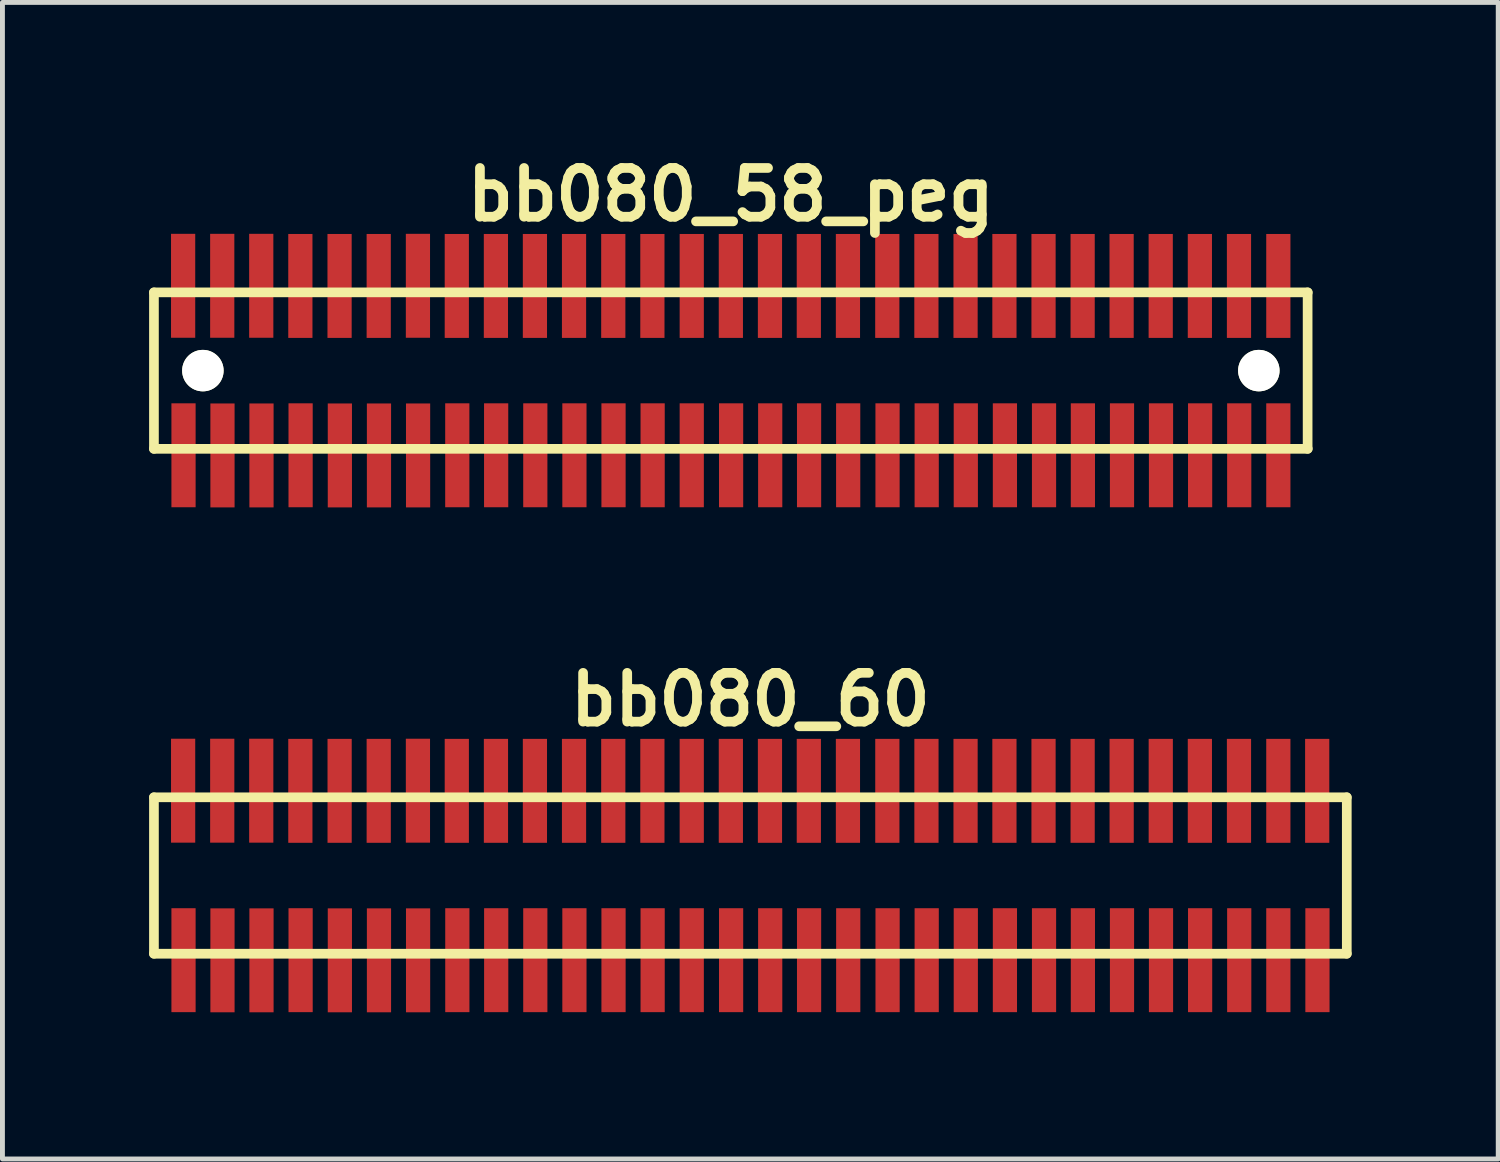
<source format=kicad_pcb>
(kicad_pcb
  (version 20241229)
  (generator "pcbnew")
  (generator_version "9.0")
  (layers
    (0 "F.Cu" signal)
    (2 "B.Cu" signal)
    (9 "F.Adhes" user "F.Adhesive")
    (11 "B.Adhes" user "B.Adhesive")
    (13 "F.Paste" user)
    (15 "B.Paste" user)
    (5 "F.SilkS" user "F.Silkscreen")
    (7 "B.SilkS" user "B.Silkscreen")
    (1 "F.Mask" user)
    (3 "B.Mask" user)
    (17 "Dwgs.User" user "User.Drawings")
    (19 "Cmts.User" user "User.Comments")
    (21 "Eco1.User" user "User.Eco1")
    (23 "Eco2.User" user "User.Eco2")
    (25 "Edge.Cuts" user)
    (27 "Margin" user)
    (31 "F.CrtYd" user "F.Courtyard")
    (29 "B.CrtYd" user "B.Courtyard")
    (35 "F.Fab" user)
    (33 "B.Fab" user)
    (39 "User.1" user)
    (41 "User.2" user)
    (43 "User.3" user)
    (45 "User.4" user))
  (footprint "bb080_58_peg"
    (layer "F.Cu")
    (at 11.9 4.531)
    (property "Reference" "bb080_58_peg" (at 0 -3.599 0) (layer "F.SilkS") (effects (font (size 0.998 0.998) (thickness 0.198))))
    (attr through_hole)
    (fp_line (start -11.801 -1.6) (end -11.801 1.6) (stroke (width 0.198) (type solid)) (layer "F.SilkS"))
    (fp_line (start -11.801 1.6) (end 11.801 1.6) (stroke (width 0.198) (type solid)) (layer "F.SilkS"))
    (fp_line (start 11.798 1.6) (end 11.798 -1.6) (stroke (width 0.198) (type solid)) (layer "F.SilkS"))
    (fp_line (start 11.801 -1.6) (end -11.801 -1.6) (stroke (width 0.198) (type solid)) (layer "F.SilkS"))
    (pad "" np_thru_hole circle (at -10.8 0) (size 0.848 0.848) (drill 0.848) (layers "*.Cu" "*.Mask" "F.SilkS"))
    (pad "" np_thru_hole circle (at 10.8 0) (size 0.848 0.848) (drill 0.848) (layers "*.Cu" "*.Mask" "F.SilkS"))
    (pad "1" smd rect (at -11.196 1.732) (size 0.495 2.126) (layers "F.Cu" "F.Mask" "F.Paste"))
    (pad "2" smd rect (at -11.204 -1.735) (size 0.495 2.126) (layers "F.Cu" "F.Mask" "F.Paste"))
    (pad "3" smd rect (at -10.399 1.735) (size 0.495 2.126) (layers "F.Cu" "F.Mask" "F.Paste"))
    (pad "4" smd rect (at -10.404 -1.735) (size 0.495 2.126) (layers "F.Cu" "F.Mask" "F.Paste"))
    (pad "5" smd rect (at -9.601 1.735) (size 0.495 2.126) (layers "F.Cu" "F.Mask" "F.Paste"))
    (pad "6" smd rect (at -9.606 -1.735) (size 0.495 2.126) (layers "F.Cu" "F.Mask" "F.Paste"))
    (pad "7" smd rect (at -8.801 1.732) (size 0.495 2.126) (layers "F.Cu" "F.Mask" "F.Paste"))
    (pad "8" smd rect (at -8.806 -1.732) (size 0.495 2.126) (layers "F.Cu" "F.Mask" "F.Paste"))
    (pad "9" smd rect (at -7.998 1.735) (size 0.495 2.126) (layers "F.Cu" "F.Mask" "F.Paste"))
    (pad "10" smd rect (at -8.004 -1.732) (size 0.495 2.126) (layers "F.Cu" "F.Mask" "F.Paste"))
    (pad "11" smd rect (at -7.198 1.735) (size 0.495 2.126) (layers "F.Cu" "F.Mask" "F.Paste"))
    (pad "12" smd rect (at -7.203 -1.732) (size 0.495 2.126) (layers "F.Cu" "F.Mask" "F.Paste"))
    (pad "13" smd rect (at -6.398 1.735) (size 0.495 2.126) (layers "F.Cu" "F.Mask" "F.Paste"))
    (pad "14" smd rect (at -6.401 -1.735) (size 0.495 2.126) (layers "F.Cu" "F.Mask" "F.Paste"))
    (pad "15" smd rect (at -5.596 1.732) (size 0.495 2.126) (layers "F.Cu" "F.Mask" "F.Paste"))
    (pad "16" smd rect (at -5.606 -1.732) (size 0.495 2.126) (layers "F.Cu" "F.Mask" "F.Paste"))
    (pad "17" smd rect (at -4.801 1.732) (size 0.495 2.126) (layers "F.Cu" "F.Mask" "F.Paste"))
    (pad "18" smd rect (at -4.806 -1.732) (size 0.495 2.126) (layers "F.Cu" "F.Mask" "F.Paste"))
    (pad "19" smd rect (at -4 1.732) (size 0.495 2.126) (layers "F.Cu" "F.Mask" "F.Paste"))
    (pad "20" smd rect (at -4.008 -1.732) (size 0.495 2.126) (layers "F.Cu" "F.Mask" "F.Paste"))
    (pad "21" smd rect (at -3.2 1.732) (size 0.495 2.126) (layers "F.Cu" "F.Mask" "F.Paste"))
    (pad "22" smd rect (at -3.208 -1.732) (size 0.495 2.126) (layers "F.Cu" "F.Mask" "F.Paste"))
    (pad "23" smd rect (at -2.4 1.732) (size 0.495 2.126) (layers "F.Cu" "F.Mask" "F.Paste"))
    (pad "24" smd rect (at -2.405 -1.732) (size 0.495 2.126) (layers "F.Cu" "F.Mask" "F.Paste"))
    (pad "25" smd rect (at -1.6 1.732) (size 0.495 2.126) (layers "F.Cu" "F.Mask" "F.Paste"))
    (pad "26" smd rect (at -1.605 -1.732) (size 0.495 2.126) (layers "F.Cu" "F.Mask" "F.Paste"))
    (pad "27" smd rect (at -0.8 1.732) (size 0.495 2.126) (layers "F.Cu" "F.Mask" "F.Paste"))
    (pad "28" smd rect (at -0.8 -1.732) (size 0.495 2.126) (layers "F.Cu" "F.Mask" "F.Paste"))
    (pad "29" smd rect (at 0.005 1.732) (size 0.495 2.126) (layers "F.Cu" "F.Mask" "F.Paste"))
    (pad "30" smd rect (at 0 -1.732) (size 0.495 2.126) (layers "F.Cu" "F.Mask" "F.Paste"))
    (pad "31" smd rect (at 0.805 1.732) (size 0.495 2.126) (layers "F.Cu" "F.Mask" "F.Paste"))
    (pad "32" smd rect (at 0.8 -1.732) (size 0.495 2.126) (layers "F.Cu" "F.Mask" "F.Paste"))
    (pad "33" smd rect (at 1.6 1.732) (size 0.495 2.126) (layers "F.Cu" "F.Mask" "F.Paste"))
    (pad "34" smd rect (at 1.595 -1.732) (size 0.495 2.126) (layers "F.Cu" "F.Mask" "F.Paste"))
    (pad "35" smd rect (at 2.4 1.732) (size 0.495 2.126) (layers "F.Cu" "F.Mask" "F.Paste"))
    (pad "36" smd rect (at 2.395 -1.732) (size 0.495 2.126) (layers "F.Cu" "F.Mask" "F.Paste"))
    (pad "37" smd rect (at 3.205 1.732) (size 0.495 2.126) (layers "F.Cu" "F.Mask" "F.Paste"))
    (pad "38" smd rect (at 3.2 -1.732) (size 0.495 2.126) (layers "F.Cu" "F.Mask" "F.Paste"))
    (pad "39" smd rect (at 4.006 1.732) (size 0.495 2.126) (layers "F.Cu" "F.Mask" "F.Paste"))
    (pad "40" smd rect (at 4 -1.732) (size 0.495 2.126) (layers "F.Cu" "F.Mask" "F.Paste"))
    (pad "41" smd rect (at 4.806 1.732) (size 0.495 2.126) (layers "F.Cu" "F.Mask" "F.Paste"))
    (pad "42" smd rect (at 4.801 -1.732) (size 0.495 2.126) (layers "F.Cu" "F.Mask" "F.Paste"))
    (pad "43" smd rect (at 5.606 1.732) (size 0.495 2.126) (layers "F.Cu" "F.Mask" "F.Paste"))
    (pad "44" smd rect (at 5.596 -1.732) (size 0.495 2.126) (layers "F.Cu" "F.Mask" "F.Paste"))
    (pad "45" smd rect (at 6.406 1.732) (size 0.495 2.126) (layers "F.Cu" "F.Mask" "F.Paste"))
    (pad "46" smd rect (at 6.396 -1.732) (size 0.495 2.126) (layers "F.Cu" "F.Mask" "F.Paste"))
    (pad "47" smd rect (at 7.201 1.732) (size 0.495 2.126) (layers "F.Cu" "F.Mask" "F.Paste"))
    (pad "48" smd rect (at 7.196 -1.732) (size 0.495 2.126) (layers "F.Cu" "F.Mask" "F.Paste"))
    (pad "49" smd rect (at 8.001 1.732) (size 0.495 2.126) (layers "F.Cu" "F.Mask" "F.Paste"))
    (pad "50" smd rect (at 7.993 -1.732) (size 0.495 2.126) (layers "F.Cu" "F.Mask" "F.Paste"))
    (pad "51" smd rect (at 8.799 1.732) (size 0.495 2.126) (layers "F.Cu" "F.Mask" "F.Paste"))
    (pad "52" smd rect (at 8.793 -1.732) (size 0.495 2.126) (layers "F.Cu" "F.Mask" "F.Paste"))
    (pad "53" smd rect (at 9.599 1.732) (size 0.495 2.126) (layers "F.Cu" "F.Mask" "F.Paste"))
    (pad "54" smd rect (at 9.594 -1.732) (size 0.495 2.126) (layers "F.Cu" "F.Mask" "F.Paste"))
    (pad "55" smd rect (at 10.399 1.732) (size 0.495 2.126) (layers "F.Cu" "F.Mask" "F.Paste"))
    (pad "56" smd rect (at 10.394 -1.732) (size 0.495 2.126) (layers "F.Cu" "F.Mask" "F.Paste"))
    (pad "57" smd rect (at 11.199 1.732) (size 0.495 2.126) (layers "F.Cu" "F.Mask" "F.Paste"))
    (pad "58" smd rect (at 11.199 -1.732) (size 0.495 2.126) (layers "F.Cu" "F.Mask" "F.Paste")))
  (footprint "bb080_60"
    (layer "F.Cu")
    (at 12.299 14.859)
    (property "Reference" "bb080_60" (at 0 -3.599 0) (layer "F.SilkS") (effects (font (size 0.998 0.998) (thickness 0.198))))
    (attr through_hole)
    (fp_line (start -12.2 -1.6) (end -12.2 1.6) (stroke (width 0.198) (type solid)) (layer "F.SilkS"))
    (fp_line (start -12.2 1.6) (end 12.2 1.6) (stroke (width 0.198) (type solid)) (layer "F.SilkS"))
    (fp_line (start 12.2 -1.6) (end -12.2 -1.6) (stroke (width 0.198) (type solid)) (layer "F.SilkS"))
    (fp_line (start 12.2 1.6) (end 12.2 -1.6) (stroke (width 0.198) (type solid)) (layer "F.SilkS"))
    (pad "1" smd rect (at -11.595 1.732) (size 0.495 2.126) (layers "F.Cu" "F.Mask" "F.Paste"))
    (pad "2" smd rect (at -11.603 -1.735) (size 0.495 2.126) (layers "F.Cu" "F.Mask" "F.Paste"))
    (pad "3" smd rect (at -10.798 1.735) (size 0.495 2.126) (layers "F.Cu" "F.Mask" "F.Paste"))
    (pad "4" smd rect (at -10.803 -1.735) (size 0.495 2.126) (layers "F.Cu" "F.Mask" "F.Paste"))
    (pad "5" smd rect (at -10 1.735) (size 0.495 2.126) (layers "F.Cu" "F.Mask" "F.Paste"))
    (pad "6" smd rect (at -10.005 -1.735) (size 0.495 2.126) (layers "F.Cu" "F.Mask" "F.Paste"))
    (pad "7" smd rect (at -9.2 1.732) (size 0.495 2.126) (layers "F.Cu" "F.Mask" "F.Paste"))
    (pad "8" smd rect (at -9.205 -1.732) (size 0.495 2.126) (layers "F.Cu" "F.Mask" "F.Paste"))
    (pad "9" smd rect (at -8.397 1.735) (size 0.495 2.126) (layers "F.Cu" "F.Mask" "F.Paste"))
    (pad "10" smd rect (at -8.402 -1.732) (size 0.495 2.126) (layers "F.Cu" "F.Mask" "F.Paste"))
    (pad "11" smd rect (at -7.597 1.735) (size 0.495 2.126) (layers "F.Cu" "F.Mask" "F.Paste"))
    (pad "12" smd rect (at -7.602 -1.732) (size 0.495 2.126) (layers "F.Cu" "F.Mask" "F.Paste"))
    (pad "13" smd rect (at -6.797 1.735) (size 0.495 2.126) (layers "F.Cu" "F.Mask" "F.Paste"))
    (pad "14" smd rect (at -6.8 -1.735) (size 0.495 2.126) (layers "F.Cu" "F.Mask" "F.Paste"))
    (pad "15" smd rect (at -5.994 1.732) (size 0.495 2.126) (layers "F.Cu" "F.Mask" "F.Paste"))
    (pad "16" smd rect (at -6.005 -1.732) (size 0.495 2.126) (layers "F.Cu" "F.Mask" "F.Paste"))
    (pad "17" smd rect (at -5.199 1.732) (size 0.495 2.126) (layers "F.Cu" "F.Mask" "F.Paste"))
    (pad "18" smd rect (at -5.204 -1.732) (size 0.495 2.126) (layers "F.Cu" "F.Mask" "F.Paste"))
    (pad "19" smd rect (at -4.399 1.732) (size 0.495 2.126) (layers "F.Cu" "F.Mask" "F.Paste"))
    (pad "20" smd rect (at -4.407 -1.732) (size 0.495 2.126) (layers "F.Cu" "F.Mask" "F.Paste"))
    (pad "21" smd rect (at -3.599 1.732) (size 0.495 2.126) (layers "F.Cu" "F.Mask" "F.Paste"))
    (pad "22" smd rect (at -3.607 -1.732) (size 0.495 2.126) (layers "F.Cu" "F.Mask" "F.Paste"))
    (pad "23" smd rect (at -2.799 1.732) (size 0.495 2.126) (layers "F.Cu" "F.Mask" "F.Paste"))
    (pad "24" smd rect (at -2.804 -1.732) (size 0.495 2.126) (layers "F.Cu" "F.Mask" "F.Paste"))
    (pad "25" smd rect (at -1.999 1.732) (size 0.495 2.126) (layers "F.Cu" "F.Mask" "F.Paste"))
    (pad "26" smd rect (at -2.004 -1.732) (size 0.495 2.126) (layers "F.Cu" "F.Mask" "F.Paste"))
    (pad "27" smd rect (at -1.199 1.732) (size 0.495 2.126) (layers "F.Cu" "F.Mask" "F.Paste"))
    (pad "28" smd rect (at -1.199 -1.732) (size 0.495 2.126) (layers "F.Cu" "F.Mask" "F.Paste"))
    (pad "29" smd rect (at -0.394 1.732) (size 0.495 2.126) (layers "F.Cu" "F.Mask" "F.Paste"))
    (pad "30" smd rect (at -0.399 -1.732) (size 0.495 2.126) (layers "F.Cu" "F.Mask" "F.Paste"))
    (pad "31" smd rect (at 0.406 1.732) (size 0.495 2.126) (layers "F.Cu" "F.Mask" "F.Paste"))
    (pad "32" smd rect (at 0.401 -1.732) (size 0.495 2.126) (layers "F.Cu" "F.Mask" "F.Paste"))
    (pad "33" smd rect (at 1.201 1.732) (size 0.495 2.126) (layers "F.Cu" "F.Mask" "F.Paste"))
    (pad "34" smd rect (at 1.196 -1.732) (size 0.495 2.126) (layers "F.Cu" "F.Mask" "F.Paste"))
    (pad "35" smd rect (at 2.002 1.732) (size 0.495 2.126) (layers "F.Cu" "F.Mask" "F.Paste"))
    (pad "36" smd rect (at 1.996 -1.732) (size 0.495 2.126) (layers "F.Cu" "F.Mask" "F.Paste"))
    (pad "37" smd rect (at 2.807 1.732) (size 0.495 2.126) (layers "F.Cu" "F.Mask" "F.Paste"))
    (pad "38" smd rect (at 2.802 -1.732) (size 0.495 2.126) (layers "F.Cu" "F.Mask" "F.Paste"))
    (pad "39" smd rect (at 3.607 1.732) (size 0.495 2.126) (layers "F.Cu" "F.Mask" "F.Paste"))
    (pad "40" smd rect (at 3.602 -1.732) (size 0.495 2.126) (layers "F.Cu" "F.Mask" "F.Paste"))
    (pad "41" smd rect (at 4.407 1.732) (size 0.495 2.126) (layers "F.Cu" "F.Mask" "F.Paste"))
    (pad "42" smd rect (at 4.402 -1.732) (size 0.495 2.126) (layers "F.Cu" "F.Mask" "F.Paste"))
    (pad "43" smd rect (at 5.207 1.732) (size 0.495 2.126) (layers "F.Cu" "F.Mask" "F.Paste"))
    (pad "44" smd rect (at 5.197 -1.732) (size 0.495 2.126) (layers "F.Cu" "F.Mask" "F.Paste"))
    (pad "45" smd rect (at 6.007 1.732) (size 0.495 2.126) (layers "F.Cu" "F.Mask" "F.Paste"))
    (pad "46" smd rect (at 5.997 -1.732) (size 0.495 2.126) (layers "F.Cu" "F.Mask" "F.Paste"))
    (pad "47" smd rect (at 6.802 1.732) (size 0.495 2.126) (layers "F.Cu" "F.Mask" "F.Paste"))
    (pad "48" smd rect (at 6.797 -1.732) (size 0.495 2.126) (layers "F.Cu" "F.Mask" "F.Paste"))
    (pad "49" smd rect (at 7.602 1.732) (size 0.495 2.126) (layers "F.Cu" "F.Mask" "F.Paste"))
    (pad "50" smd rect (at 7.595 -1.732) (size 0.495 2.126) (layers "F.Cu" "F.Mask" "F.Paste"))
    (pad "51" smd rect (at 8.4 1.732) (size 0.495 2.126) (layers "F.Cu" "F.Mask" "F.Paste"))
    (pad "52" smd rect (at 8.395 -1.732) (size 0.495 2.126) (layers "F.Cu" "F.Mask" "F.Paste"))
    (pad "53" smd rect (at 9.2 1.732) (size 0.495 2.126) (layers "F.Cu" "F.Mask" "F.Paste"))
    (pad "54" smd rect (at 9.195 -1.732) (size 0.495 2.126) (layers "F.Cu" "F.Mask" "F.Paste"))
    (pad "55" smd rect (at 10 1.732) (size 0.495 2.126) (layers "F.Cu" "F.Mask" "F.Paste"))
    (pad "56" smd rect (at 9.995 -1.732) (size 0.495 2.126) (layers "F.Cu" "F.Mask" "F.Paste"))
    (pad "57" smd rect (at 10.8 1.732) (size 0.495 2.126) (layers "F.Cu" "F.Mask" "F.Paste"))
    (pad "58" smd rect (at 10.8 -1.732) (size 0.495 2.126) (layers "F.Cu" "F.Mask" "F.Paste"))
    (pad "59" smd rect (at 11.6 1.732) (size 0.495 2.126) (layers "F.Cu" "F.Mask" "F.Paste"))
    (pad "60" smd rect (at 11.595 -1.732) (size 0.495 2.126) (layers "F.Cu" "F.Mask" "F.Paste")))
  (gr_rect
    (start -3 -3)
    (end 27.597 20.657)
    (stroke (width 0.1) (type default))
    (fill no)
    (layer "Edge.Cuts")))
</source>
